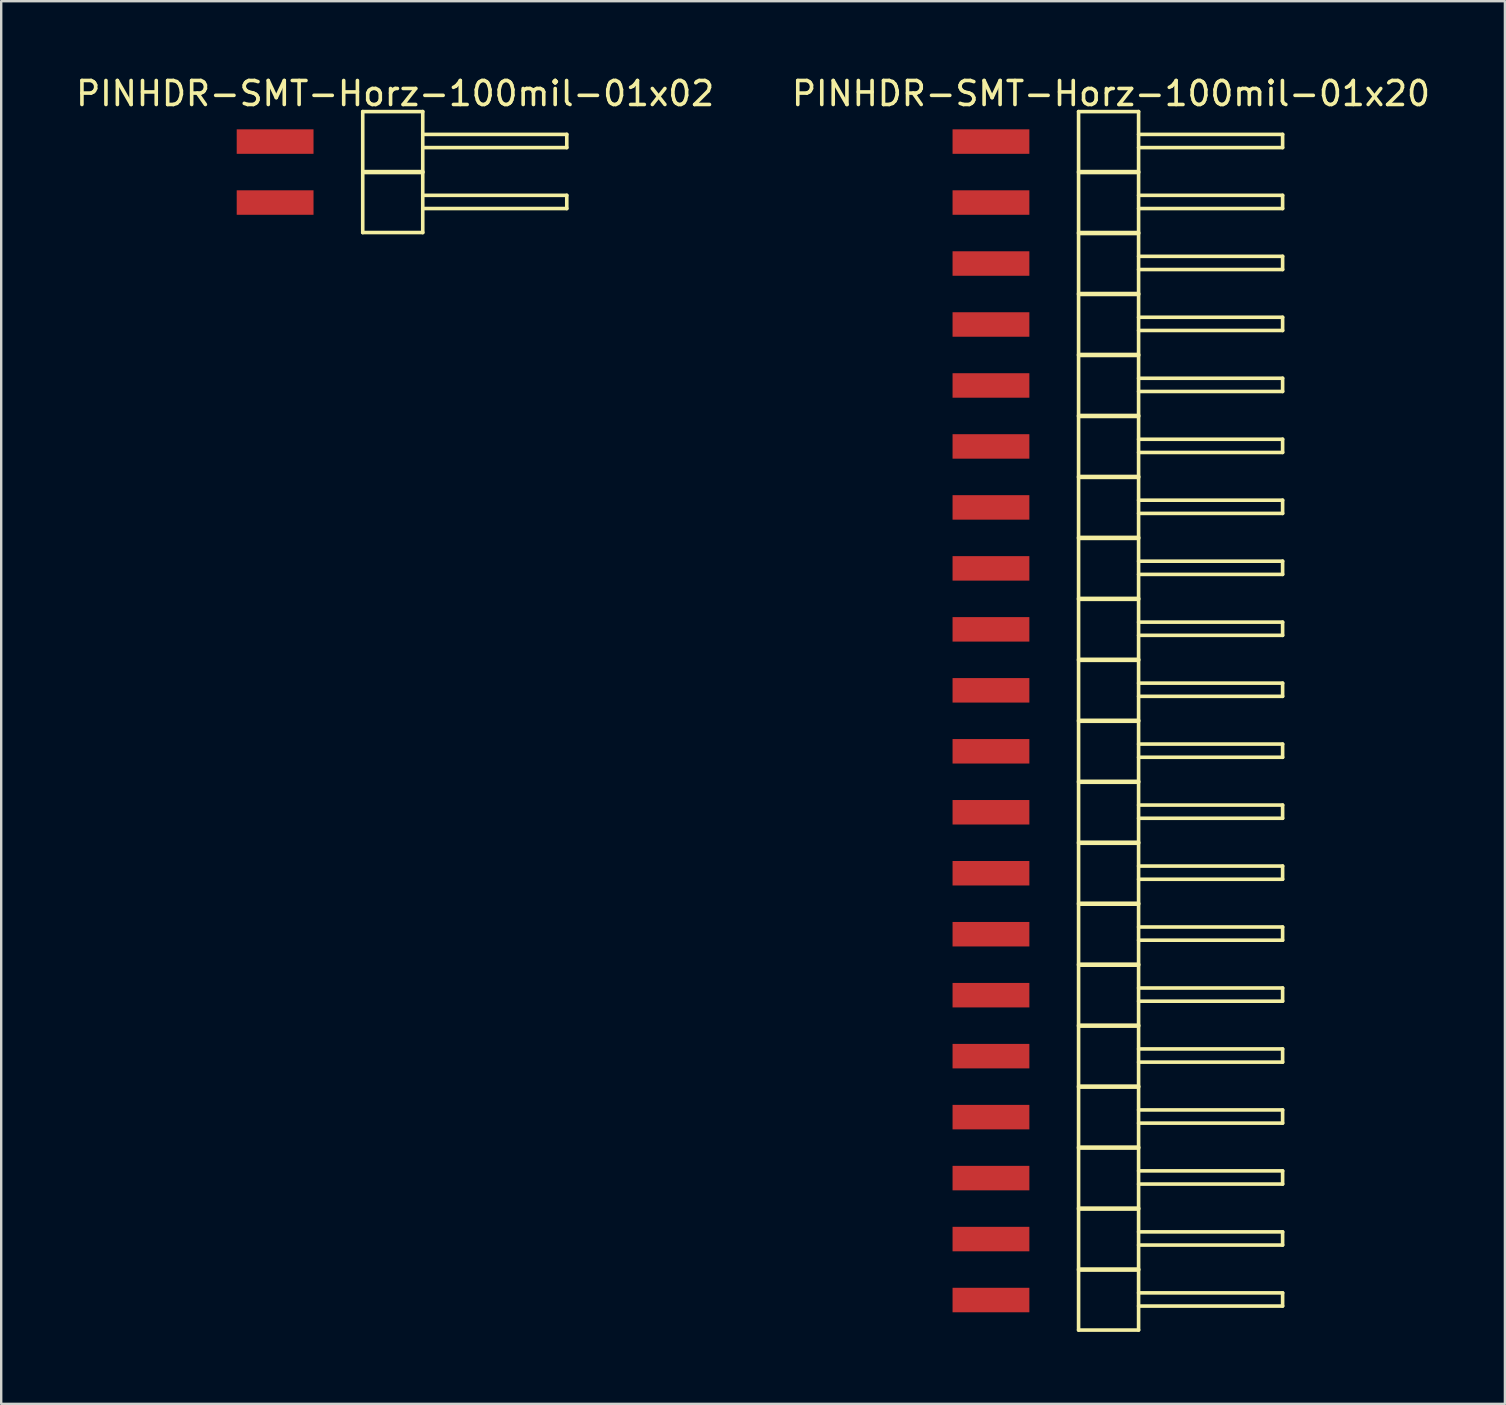
<source format=kicad_pcb>
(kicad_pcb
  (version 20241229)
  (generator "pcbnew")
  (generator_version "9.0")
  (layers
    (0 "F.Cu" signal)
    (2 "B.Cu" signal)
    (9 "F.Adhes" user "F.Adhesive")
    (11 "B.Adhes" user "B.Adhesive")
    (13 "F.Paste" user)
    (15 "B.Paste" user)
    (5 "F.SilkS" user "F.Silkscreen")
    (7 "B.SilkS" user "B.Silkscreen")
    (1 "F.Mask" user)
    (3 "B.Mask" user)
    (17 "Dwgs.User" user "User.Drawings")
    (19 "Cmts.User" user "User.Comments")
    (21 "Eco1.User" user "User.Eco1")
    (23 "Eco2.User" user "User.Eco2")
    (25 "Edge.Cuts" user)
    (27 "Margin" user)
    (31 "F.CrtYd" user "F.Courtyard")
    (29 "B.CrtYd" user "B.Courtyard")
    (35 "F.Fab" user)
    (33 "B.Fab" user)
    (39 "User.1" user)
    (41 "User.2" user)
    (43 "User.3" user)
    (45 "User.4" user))
  (footprint "PINHDR-SMT-Horz-100mil-01x20"
    (layer "F.Cu")
    (at 38.232 2.848)
    (property "Reference" "PINHDR-SMT-Horz-100mil-01x20" (at 5 -2 0) (layer "F.SilkS") (effects (font (size 1 1) (thickness 0.15))))
    (attr smd)
    (fp_line (start 3.65 -1.25) (end 3.65 1.25) (stroke (width 0.15) (type solid)) (layer "F.SilkS"))
    (fp_line (start 3.65 -1.25) (end 6.15 -1.25) (stroke (width 0.15) (type solid)) (layer "F.SilkS"))
    (fp_line (start 3.65 1.25) (end 6.15 1.25) (stroke (width 0.15) (type solid)) (layer "F.SilkS"))
    (fp_line (start 3.65 1.29) (end 3.65 3.79) (stroke (width 0.15) (type solid)) (layer "F.SilkS"))
    (fp_line (start 3.65 1.29) (end 6.15 1.29) (stroke (width 0.15) (type solid)) (layer "F.SilkS"))
    (fp_line (start 3.65 3.79) (end 6.15 3.79) (stroke (width 0.15) (type solid)) (layer "F.SilkS"))
    (fp_line (start 3.65 3.83) (end 3.65 6.33) (stroke (width 0.15) (type solid)) (layer "F.SilkS"))
    (fp_line (start 3.65 3.83) (end 6.15 3.83) (stroke (width 0.15) (type solid)) (layer "F.SilkS"))
    (fp_line (start 3.65 6.33) (end 6.15 6.33) (stroke (width 0.15) (type solid)) (layer "F.SilkS"))
    (fp_line (start 3.65 6.37) (end 3.65 8.87) (stroke (width 0.15) (type solid)) (layer "F.SilkS"))
    (fp_line (start 3.65 6.37) (end 6.15 6.37) (stroke (width 0.15) (type solid)) (layer "F.SilkS"))
    (fp_line (start 3.65 8.87) (end 6.15 8.87) (stroke (width 0.15) (type solid)) (layer "F.SilkS"))
    (fp_line (start 3.65 8.91) (end 3.65 11.41) (stroke (width 0.15) (type solid)) (layer "F.SilkS"))
    (fp_line (start 3.65 8.91) (end 6.15 8.91) (stroke (width 0.15) (type solid)) (layer "F.SilkS"))
    (fp_line (start 3.65 11.41) (end 6.15 11.41) (stroke (width 0.15) (type solid)) (layer "F.SilkS"))
    (fp_line (start 3.65 11.45) (end 3.65 13.95) (stroke (width 0.15) (type solid)) (layer "F.SilkS"))
    (fp_line (start 3.65 11.45) (end 6.15 11.45) (stroke (width 0.15) (type solid)) (layer "F.SilkS"))
    (fp_line (start 3.65 13.95) (end 6.15 13.95) (stroke (width 0.15) (type solid)) (layer "F.SilkS"))
    (fp_line (start 3.65 13.99) (end 3.65 16.49) (stroke (width 0.15) (type solid)) (layer "F.SilkS"))
    (fp_line (start 3.65 13.99) (end 6.15 13.99) (stroke (width 0.15) (type solid)) (layer "F.SilkS"))
    (fp_line (start 3.65 16.49) (end 6.15 16.49) (stroke (width 0.15) (type solid)) (layer "F.SilkS"))
    (fp_line (start 3.65 16.53) (end 3.65 19.03) (stroke (width 0.15) (type solid)) (layer "F.SilkS"))
    (fp_line (start 3.65 16.53) (end 6.15 16.53) (stroke (width 0.15) (type solid)) (layer "F.SilkS"))
    (fp_line (start 3.65 19.03) (end 6.15 19.03) (stroke (width 0.15) (type solid)) (layer "F.SilkS"))
    (fp_line (start 3.65 19.07) (end 3.65 21.57) (stroke (width 0.15) (type solid)) (layer "F.SilkS"))
    (fp_line (start 3.65 19.07) (end 6.15 19.07) (stroke (width 0.15) (type solid)) (layer "F.SilkS"))
    (fp_line (start 3.65 21.57) (end 6.15 21.57) (stroke (width 0.15) (type solid)) (layer "F.SilkS"))
    (fp_line (start 3.65 21.61) (end 3.65 24.11) (stroke (width 0.15) (type solid)) (layer "F.SilkS"))
    (fp_line (start 3.65 21.61) (end 6.15 21.61) (stroke (width 0.15) (type solid)) (layer "F.SilkS"))
    (fp_line (start 3.65 24.11) (end 6.15 24.11) (stroke (width 0.15) (type solid)) (layer "F.SilkS"))
    (fp_line (start 3.65 24.15) (end 3.65 26.65) (stroke (width 0.15) (type solid)) (layer "F.SilkS"))
    (fp_line (start 3.65 24.15) (end 6.15 24.15) (stroke (width 0.15) (type solid)) (layer "F.SilkS"))
    (fp_line (start 3.65 26.65) (end 6.15 26.65) (stroke (width 0.15) (type solid)) (layer "F.SilkS"))
    (fp_line (start 3.65 26.69) (end 3.65 29.19) (stroke (width 0.15) (type solid)) (layer "F.SilkS"))
    (fp_line (start 3.65 26.69) (end 6.15 26.69) (stroke (width 0.15) (type solid)) (layer "F.SilkS"))
    (fp_line (start 3.65 29.19) (end 6.15 29.19) (stroke (width 0.15) (type solid)) (layer "F.SilkS"))
    (fp_line (start 3.65 29.23) (end 3.65 31.73) (stroke (width 0.15) (type solid)) (layer "F.SilkS"))
    (fp_line (start 3.65 29.23) (end 6.15 29.23) (stroke (width 0.15) (type solid)) (layer "F.SilkS"))
    (fp_line (start 3.65 31.73) (end 6.15 31.73) (stroke (width 0.15) (type solid)) (layer "F.SilkS"))
    (fp_line (start 3.65 31.77) (end 3.65 34.27) (stroke (width 0.15) (type solid)) (layer "F.SilkS"))
    (fp_line (start 3.65 31.77) (end 6.15 31.77) (stroke (width 0.15) (type solid)) (layer "F.SilkS"))
    (fp_line (start 3.65 34.27) (end 6.15 34.27) (stroke (width 0.15) (type solid)) (layer "F.SilkS"))
    (fp_line (start 3.65 34.31) (end 3.65 36.81) (stroke (width 0.15) (type solid)) (layer "F.SilkS"))
    (fp_line (start 3.65 34.31) (end 6.15 34.31) (stroke (width 0.15) (type solid)) (layer "F.SilkS"))
    (fp_line (start 3.65 36.81) (end 6.15 36.81) (stroke (width 0.15) (type solid)) (layer "F.SilkS"))
    (fp_line (start 3.65 36.85) (end 3.65 39.35) (stroke (width 0.15) (type solid)) (layer "F.SilkS"))
    (fp_line (start 3.65 36.85) (end 6.15 36.85) (stroke (width 0.15) (type solid)) (layer "F.SilkS"))
    (fp_line (start 3.65 39.35) (end 6.15 39.35) (stroke (width 0.15) (type solid)) (layer "F.SilkS"))
    (fp_line (start 3.65 39.39) (end 3.65 41.89) (stroke (width 0.15) (type solid)) (layer "F.SilkS"))
    (fp_line (start 3.65 39.39) (end 6.15 39.39) (stroke (width 0.15) (type solid)) (layer "F.SilkS"))
    (fp_line (start 3.65 41.89) (end 6.15 41.89) (stroke (width 0.15) (type solid)) (layer "F.SilkS"))
    (fp_line (start 3.65 41.93) (end 3.65 44.43) (stroke (width 0.15) (type solid)) (layer "F.SilkS"))
    (fp_line (start 3.65 41.93) (end 6.15 41.93) (stroke (width 0.15) (type solid)) (layer "F.SilkS"))
    (fp_line (start 3.65 44.43) (end 6.15 44.43) (stroke (width 0.15) (type solid)) (layer "F.SilkS"))
    (fp_line (start 3.65 44.47) (end 3.65 46.97) (stroke (width 0.15) (type solid)) (layer "F.SilkS"))
    (fp_line (start 3.65 44.47) (end 6.15 44.47) (stroke (width 0.15) (type solid)) (layer "F.SilkS"))
    (fp_line (start 3.65 46.97) (end 6.15 46.97) (stroke (width 0.15) (type solid)) (layer "F.SilkS"))
    (fp_line (start 3.65 47.01) (end 3.65 49.51) (stroke (width 0.15) (type solid)) (layer "F.SilkS"))
    (fp_line (start 3.65 47.01) (end 6.15 47.01) (stroke (width 0.15) (type solid)) (layer "F.SilkS"))
    (fp_line (start 3.65 49.51) (end 6.15 49.51) (stroke (width 0.15) (type solid)) (layer "F.SilkS"))
    (fp_line (start 6.15 -0.3) (end 12.15 -0.3) (stroke (width 0.15) (type solid)) (layer "F.SilkS"))
    (fp_line (start 6.15 1.25) (end 6.15 -1.25) (stroke (width 0.15) (type solid)) (layer "F.SilkS"))
    (fp_line (start 6.15 2.24) (end 12.15 2.24) (stroke (width 0.15) (type solid)) (layer "F.SilkS"))
    (fp_line (start 6.15 3.79) (end 6.15 1.29) (stroke (width 0.15) (type solid)) (layer "F.SilkS"))
    (fp_line (start 6.15 4.78) (end 12.15 4.78) (stroke (width 0.15) (type solid)) (layer "F.SilkS"))
    (fp_line (start 6.15 6.33) (end 6.15 3.83) (stroke (width 0.15) (type solid)) (layer "F.SilkS"))
    (fp_line (start 6.15 7.32) (end 12.15 7.32) (stroke (width 0.15) (type solid)) (layer "F.SilkS"))
    (fp_line (start 6.15 8.87) (end 6.15 6.37) (stroke (width 0.15) (type solid)) (layer "F.SilkS"))
    (fp_line (start 6.15 9.86) (end 12.15 9.86) (stroke (width 0.15) (type solid)) (layer "F.SilkS"))
    (fp_line (start 6.15 11.41) (end 6.15 8.91) (stroke (width 0.15) (type solid)) (layer "F.SilkS"))
    (fp_line (start 6.15 12.4) (end 12.15 12.4) (stroke (width 0.15) (type solid)) (layer "F.SilkS"))
    (fp_line (start 6.15 13.95) (end 6.15 11.45) (stroke (width 0.15) (type solid)) (layer "F.SilkS"))
    (fp_line (start 6.15 14.94) (end 12.15 14.94) (stroke (width 0.15) (type solid)) (layer "F.SilkS"))
    (fp_line (start 6.15 16.49) (end 6.15 13.99) (stroke (width 0.15) (type solid)) (layer "F.SilkS"))
    (fp_line (start 6.15 17.48) (end 12.15 17.48) (stroke (width 0.15) (type solid)) (layer "F.SilkS"))
    (fp_line (start 6.15 19.03) (end 6.15 16.53) (stroke (width 0.15) (type solid)) (layer "F.SilkS"))
    (fp_line (start 6.15 20.02) (end 12.15 20.02) (stroke (width 0.15) (type solid)) (layer "F.SilkS"))
    (fp_line (start 6.15 21.57) (end 6.15 19.07) (stroke (width 0.15) (type solid)) (layer "F.SilkS"))
    (fp_line (start 6.15 22.56) (end 12.15 22.56) (stroke (width 0.15) (type solid)) (layer "F.SilkS"))
    (fp_line (start 6.15 24.11) (end 6.15 21.61) (stroke (width 0.15) (type solid)) (layer "F.SilkS"))
    (fp_line (start 6.15 25.1) (end 12.15 25.1) (stroke (width 0.15) (type solid)) (layer "F.SilkS"))
    (fp_line (start 6.15 26.65) (end 6.15 24.15) (stroke (width 0.15) (type solid)) (layer "F.SilkS"))
    (fp_line (start 6.15 27.64) (end 12.15 27.64) (stroke (width 0.15) (type solid)) (layer "F.SilkS"))
    (fp_line (start 6.15 29.19) (end 6.15 26.69) (stroke (width 0.15) (type solid)) (layer "F.SilkS"))
    (fp_line (start 6.15 30.18) (end 12.15 30.18) (stroke (width 0.15) (type solid)) (layer "F.SilkS"))
    (fp_line (start 6.15 31.73) (end 6.15 29.23) (stroke (width 0.15) (type solid)) (layer "F.SilkS"))
    (fp_line (start 6.15 32.72) (end 12.15 32.72) (stroke (width 0.15) (type solid)) (layer "F.SilkS"))
    (fp_line (start 6.15 34.27) (end 6.15 31.77) (stroke (width 0.15) (type solid)) (layer "F.SilkS"))
    (fp_line (start 6.15 35.26) (end 12.15 35.26) (stroke (width 0.15) (type solid)) (layer "F.SilkS"))
    (fp_line (start 6.15 36.81) (end 6.15 34.31) (stroke (width 0.15) (type solid)) (layer "F.SilkS"))
    (fp_line (start 6.15 37.8) (end 12.15 37.8) (stroke (width 0.15) (type solid)) (layer "F.SilkS"))
    (fp_line (start 6.15 39.35) (end 6.15 36.85) (stroke (width 0.15) (type solid)) (layer "F.SilkS"))
    (fp_line (start 6.15 40.34) (end 12.15 40.34) (stroke (width 0.15) (type solid)) (layer "F.SilkS"))
    (fp_line (start 6.15 41.89) (end 6.15 39.39) (stroke (width 0.15) (type solid)) (layer "F.SilkS"))
    (fp_line (start 6.15 42.88) (end 12.15 42.88) (stroke (width 0.15) (type solid)) (layer "F.SilkS"))
    (fp_line (start 6.15 44.43) (end 6.15 41.93) (stroke (width 0.15) (type solid)) (layer "F.SilkS"))
    (fp_line (start 6.15 45.42) (end 12.15 45.42) (stroke (width 0.15) (type solid)) (layer "F.SilkS"))
    (fp_line (start 6.15 46.97) (end 6.15 44.47) (stroke (width 0.15) (type solid)) (layer "F.SilkS"))
    (fp_line (start 6.15 47.96) (end 12.15 47.96) (stroke (width 0.15) (type solid)) (layer "F.SilkS"))
    (fp_line (start 6.15 49.51) (end 6.15 47.01) (stroke (width 0.15) (type solid)) (layer "F.SilkS"))
    (fp_line (start 12.15 -0.3) (end 12.15 0.25) (stroke (width 0.15) (type solid)) (layer "F.SilkS"))
    (fp_line (start 12.15 0.25) (end 6.15 0.25) (stroke (width 0.15) (type solid)) (layer "F.SilkS"))
    (fp_line (start 12.15 2.24) (end 12.15 2.79) (stroke (width 0.15) (type solid)) (layer "F.SilkS"))
    (fp_line (start 12.15 2.79) (end 6.15 2.79) (stroke (width 0.15) (type solid)) (layer "F.SilkS"))
    (fp_line (start 12.15 4.78) (end 12.15 5.33) (stroke (width 0.15) (type solid)) (layer "F.SilkS"))
    (fp_line (start 12.15 5.33) (end 6.15 5.33) (stroke (width 0.15) (type solid)) (layer "F.SilkS"))
    (fp_line (start 12.15 7.32) (end 12.15 7.87) (stroke (width 0.15) (type solid)) (layer "F.SilkS"))
    (fp_line (start 12.15 7.87) (end 6.15 7.87) (stroke (width 0.15) (type solid)) (layer "F.SilkS"))
    (fp_line (start 12.15 9.86) (end 12.15 10.41) (stroke (width 0.15) (type solid)) (layer "F.SilkS"))
    (fp_line (start 12.15 10.41) (end 6.15 10.41) (stroke (width 0.15) (type solid)) (layer "F.SilkS"))
    (fp_line (start 12.15 12.4) (end 12.15 12.95) (stroke (width 0.15) (type solid)) (layer "F.SilkS"))
    (fp_line (start 12.15 12.95) (end 6.15 12.95) (stroke (width 0.15) (type solid)) (layer "F.SilkS"))
    (fp_line (start 12.15 14.94) (end 12.15 15.49) (stroke (width 0.15) (type solid)) (layer "F.SilkS"))
    (fp_line (start 12.15 15.49) (end 6.15 15.49) (stroke (width 0.15) (type solid)) (layer "F.SilkS"))
    (fp_line (start 12.15 17.48) (end 12.15 18.03) (stroke (width 0.15) (type solid)) (layer "F.SilkS"))
    (fp_line (start 12.15 18.03) (end 6.15 18.03) (stroke (width 0.15) (type solid)) (layer "F.SilkS"))
    (fp_line (start 12.15 20.02) (end 12.15 20.57) (stroke (width 0.15) (type solid)) (layer "F.SilkS"))
    (fp_line (start 12.15 20.57) (end 6.15 20.57) (stroke (width 0.15) (type solid)) (layer "F.SilkS"))
    (fp_line (start 12.15 22.56) (end 12.15 23.11) (stroke (width 0.15) (type solid)) (layer "F.SilkS"))
    (fp_line (start 12.15 23.11) (end 6.15 23.11) (stroke (width 0.15) (type solid)) (layer "F.SilkS"))
    (fp_line (start 12.15 25.1) (end 12.15 25.65) (stroke (width 0.15) (type solid)) (layer "F.SilkS"))
    (fp_line (start 12.15 25.65) (end 6.15 25.65) (stroke (width 0.15) (type solid)) (layer "F.SilkS"))
    (fp_line (start 12.15 27.64) (end 12.15 28.19) (stroke (width 0.15) (type solid)) (layer "F.SilkS"))
    (fp_line (start 12.15 28.19) (end 6.15 28.19) (stroke (width 0.15) (type solid)) (layer "F.SilkS"))
    (fp_line (start 12.15 30.18) (end 12.15 30.73) (stroke (width 0.15) (type solid)) (layer "F.SilkS"))
    (fp_line (start 12.15 30.73) (end 6.15 30.73) (stroke (width 0.15) (type solid)) (layer "F.SilkS"))
    (fp_line (start 12.15 32.72) (end 12.15 33.27) (stroke (width 0.15) (type solid)) (layer "F.SilkS"))
    (fp_line (start 12.15 33.27) (end 6.15 33.27) (stroke (width 0.15) (type solid)) (layer "F.SilkS"))
    (fp_line (start 12.15 35.26) (end 12.15 35.81) (stroke (width 0.15) (type solid)) (layer "F.SilkS"))
    (fp_line (start 12.15 35.81) (end 6.15 35.81) (stroke (width 0.15) (type solid)) (layer "F.SilkS"))
    (fp_line (start 12.15 37.8) (end 12.15 38.35) (stroke (width 0.15) (type solid)) (layer "F.SilkS"))
    (fp_line (start 12.15 38.35) (end 6.15 38.35) (stroke (width 0.15) (type solid)) (layer "F.SilkS"))
    (fp_line (start 12.15 40.34) (end 12.15 40.89) (stroke (width 0.15) (type solid)) (layer "F.SilkS"))
    (fp_line (start 12.15 40.89) (end 6.15 40.89) (stroke (width 0.15) (type solid)) (layer "F.SilkS"))
    (fp_line (start 12.15 42.88) (end 12.15 43.43) (stroke (width 0.15) (type solid)) (layer "F.SilkS"))
    (fp_line (start 12.15 43.43) (end 6.15 43.43) (stroke (width 0.15) (type solid)) (layer "F.SilkS"))
    (fp_line (start 12.15 45.42) (end 12.15 45.97) (stroke (width 0.15) (type solid)) (layer "F.SilkS"))
    (fp_line (start 12.15 45.97) (end 6.15 45.97) (stroke (width 0.15) (type solid)) (layer "F.SilkS"))
    (fp_line (start 12.15 47.96) (end 12.15 48.51) (stroke (width 0.15) (type solid)) (layer "F.SilkS"))
    (fp_line (start 12.15 48.51) (end 6.15 48.51) (stroke (width 0.15) (type solid)) (layer "F.SilkS"))
    (pad "1" smd rect (at 0 0) (size 3.2 1.02) (layers "F.Cu" "F.Mask" "F.Paste"))
    (pad "2" smd rect (at 0 2.54) (size 3.2 1.02) (layers "F.Cu" "F.Mask" "F.Paste"))
    (pad "3" smd rect (at 0 5.08) (size 3.2 1.02) (layers "F.Cu" "F.Mask" "F.Paste"))
    (pad "4" smd rect (at 0 7.62) (size 3.2 1.02) (layers "F.Cu" "F.Mask" "F.Paste"))
    (pad "5" smd rect (at 0 10.16) (size 3.2 1.02) (layers "F.Cu" "F.Mask" "F.Paste"))
    (pad "6" smd rect (at 0 12.7) (size 3.2 1.02) (layers "F.Cu" "F.Mask" "F.Paste"))
    (pad "7" smd rect (at 0 15.24) (size 3.2 1.02) (layers "F.Cu" "F.Mask" "F.Paste"))
    (pad "8" smd rect (at 0 17.78) (size 3.2 1.02) (layers "F.Cu" "F.Mask" "F.Paste"))
    (pad "9" smd rect (at 0 20.32) (size 3.2 1.02) (layers "F.Cu" "F.Mask" "F.Paste"))
    (pad "10" smd rect (at 0 22.86) (size 3.2 1.02) (layers "F.Cu" "F.Mask" "F.Paste"))
    (pad "11" smd rect (at 0 25.4) (size 3.2 1.02) (layers "F.Cu" "F.Mask" "F.Paste"))
    (pad "12" smd rect (at 0 27.94) (size 3.2 1.02) (layers "F.Cu" "F.Mask" "F.Paste"))
    (pad "13" smd rect (at 0 30.48) (size 3.2 1.02) (layers "F.Cu" "F.Mask" "F.Paste"))
    (pad "14" smd rect (at 0 33.02) (size 3.2 1.02) (layers "F.Cu" "F.Mask" "F.Paste"))
    (pad "15" smd rect (at 0 35.56) (size 3.2 1.02) (layers "F.Cu" "F.Mask" "F.Paste"))
    (pad "16" smd rect (at 0 38.1) (size 3.2 1.02) (layers "F.Cu" "F.Mask" "F.Paste"))
    (pad "17" smd rect (at 0 40.64) (size 3.2 1.02) (layers "F.Cu" "F.Mask" "F.Paste"))
    (pad "18" smd rect (at 0 43.18) (size 3.2 1.02) (layers "F.Cu" "F.Mask" "F.Paste"))
    (pad "19" smd rect (at 0 45.72) (size 3.2 1.02) (layers "F.Cu" "F.Mask" "F.Paste"))
    (pad "20" smd rect (at 0 48.26) (size 3.2 1.02) (layers "F.Cu" "F.Mask" "F.Paste")))
  (footprint "PINHDR-SMT-Horz-100mil-01x02"
    (layer "F.Cu")
    (at 8.411 2.848)
    (property "Reference" "PINHDR-SMT-Horz-100mil-01x02" (at 5 -2 0) (layer "F.SilkS") (effects (font (size 1 1) (thickness 0.15))))
    (attr smd)
    (fp_line (start 3.65 -1.25) (end 3.65 1.25) (stroke (width 0.15) (type solid)) (layer "F.SilkS"))
    (fp_line (start 3.65 -1.25) (end 6.15 -1.25) (stroke (width 0.15) (type solid)) (layer "F.SilkS"))
    (fp_line (start 3.65 1.25) (end 6.15 1.25) (stroke (width 0.15) (type solid)) (layer "F.SilkS"))
    (fp_line (start 3.65 1.29) (end 3.65 3.79) (stroke (width 0.15) (type solid)) (layer "F.SilkS"))
    (fp_line (start 3.65 1.29) (end 6.15 1.29) (stroke (width 0.15) (type solid)) (layer "F.SilkS"))
    (fp_line (start 3.65 3.79) (end 6.15 3.79) (stroke (width 0.15) (type solid)) (layer "F.SilkS"))
    (fp_line (start 6.15 -0.3) (end 12.15 -0.3) (stroke (width 0.15) (type solid)) (layer "F.SilkS"))
    (fp_line (start 6.15 1.25) (end 6.15 -1.25) (stroke (width 0.15) (type solid)) (layer "F.SilkS"))
    (fp_line (start 6.15 2.24) (end 12.15 2.24) (stroke (width 0.15) (type solid)) (layer "F.SilkS"))
    (fp_line (start 6.15 3.79) (end 6.15 1.29) (stroke (width 0.15) (type solid)) (layer "F.SilkS"))
    (fp_line (start 12.15 -0.3) (end 12.15 0.25) (stroke (width 0.15) (type solid)) (layer "F.SilkS"))
    (fp_line (start 12.15 0.25) (end 6.15 0.25) (stroke (width 0.15) (type solid)) (layer "F.SilkS"))
    (fp_line (start 12.15 2.24) (end 12.15 2.79) (stroke (width 0.15) (type solid)) (layer "F.SilkS"))
    (fp_line (start 12.15 2.79) (end 6.15 2.79) (stroke (width 0.15) (type solid)) (layer "F.SilkS"))
    (pad "1" smd rect (at 0 0) (size 3.2 1.02) (layers "F.Cu" "F.Mask" "F.Paste"))
    (pad "2" smd rect (at 0 2.54) (size 3.2 1.02) (layers "F.Cu" "F.Mask" "F.Paste")))
  (gr_rect
    (start -3 -3)
    (end 59.643 55.433)
    (stroke (width 0.1) (type default))
    (fill no)
    (layer "Edge.Cuts")))
</source>
